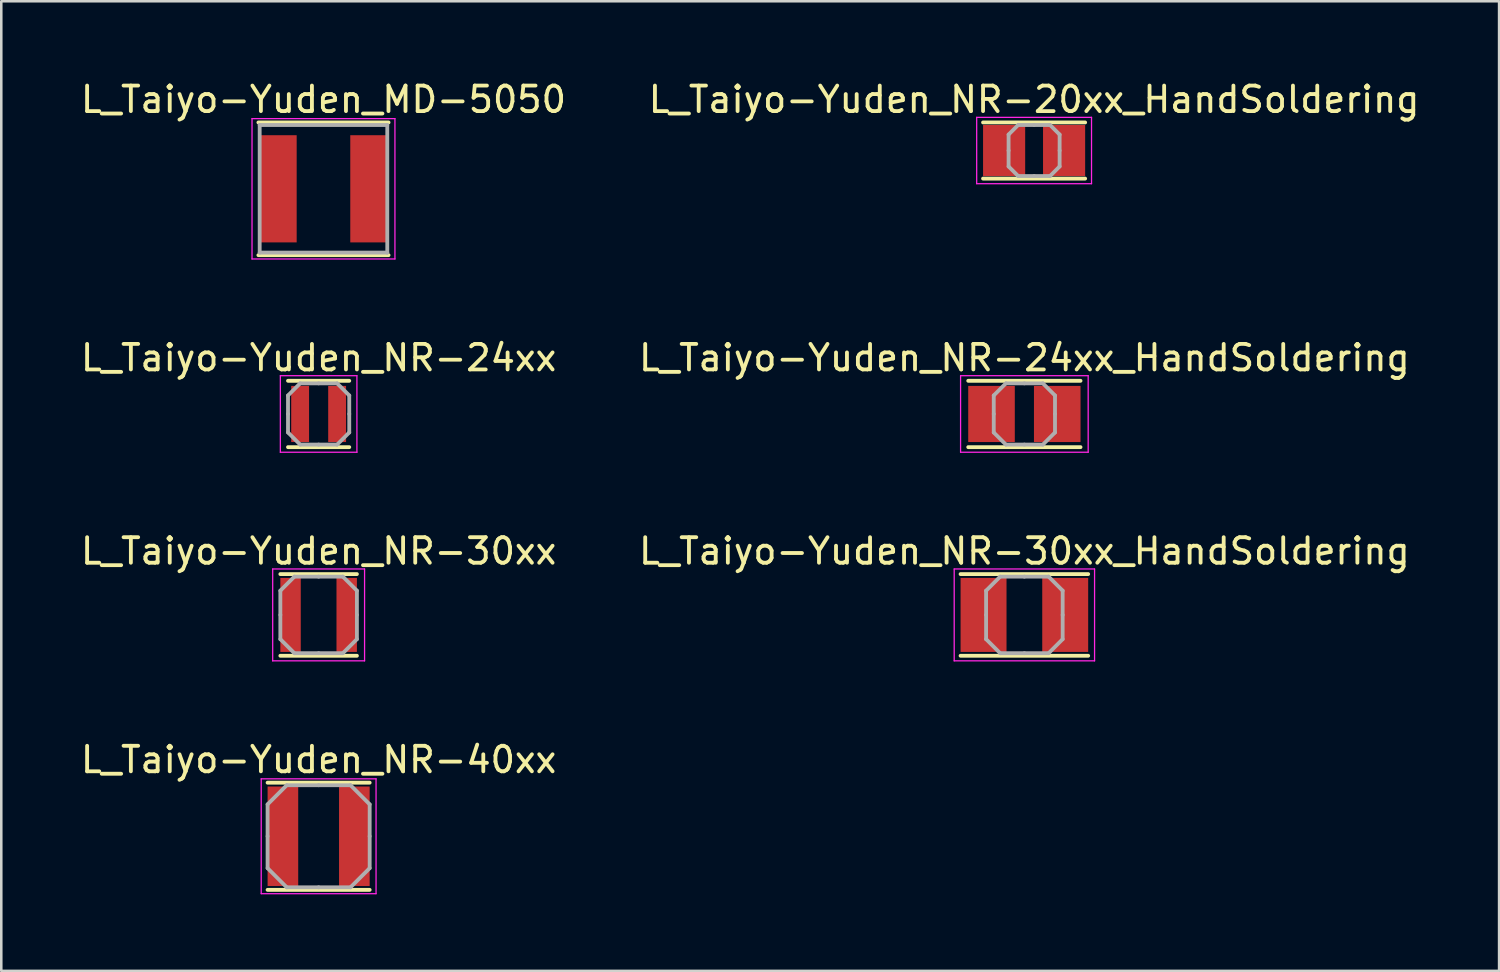
<source format=kicad_pcb>
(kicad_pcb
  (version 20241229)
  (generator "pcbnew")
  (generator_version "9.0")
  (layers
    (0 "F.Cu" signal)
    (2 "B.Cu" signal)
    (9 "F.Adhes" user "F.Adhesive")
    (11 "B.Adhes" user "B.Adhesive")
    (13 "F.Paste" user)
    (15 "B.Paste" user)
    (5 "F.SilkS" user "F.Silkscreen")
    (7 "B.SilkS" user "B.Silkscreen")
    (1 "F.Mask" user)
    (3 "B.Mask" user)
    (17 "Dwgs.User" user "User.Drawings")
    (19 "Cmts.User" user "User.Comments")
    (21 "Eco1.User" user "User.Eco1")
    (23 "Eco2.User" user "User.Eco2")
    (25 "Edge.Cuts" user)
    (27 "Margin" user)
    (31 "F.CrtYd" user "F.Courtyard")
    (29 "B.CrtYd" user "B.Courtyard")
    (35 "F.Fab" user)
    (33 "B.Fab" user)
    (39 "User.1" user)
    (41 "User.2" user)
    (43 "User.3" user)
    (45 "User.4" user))
  (footprint "L_Taiyo-Yuden_NR-24xx"
    (layer "F.Cu")
    (at 9.435 13.171)
    (property "Reference" "L_Taiyo-Yuden_NR-24xx" (at 0 -2.2 0) (layer "F.SilkS") (effects (font (size 1 1) (thickness 0.15))))
    (attr smd)
    (fp_line (start -1.2 -1.3) (end 1.2 -1.3) (stroke (width 0.15) (type solid)) (layer "F.SilkS"))
    (fp_line (start -1.2 1.3) (end 1.2 1.3) (stroke (width 0.15) (type solid)) (layer "F.SilkS"))
    (fp_line (start -1.5 -1.5) (end -1.5 1.5) (stroke (width 0.05) (type solid)) (layer "F.CrtYd"))
    (fp_line (start -1.5 1.5) (end 1.5 1.5) (stroke (width 0.05) (type solid)) (layer "F.CrtYd"))
    (fp_line (start 1.5 -1.5) (end -1.5 -1.5) (stroke (width 0.05) (type solid)) (layer "F.CrtYd"))
    (fp_line (start 1.5 1.5) (end 1.5 -1.5) (stroke (width 0.05) (type solid)) (layer "F.CrtYd"))
    (fp_line (start -1.2 -0.725) (end -0.725 -1.2) (stroke (width 0.15) (type solid)) (layer "F.Fab"))
    (fp_line (start -1.2 0) (end -1.2 -0.725) (stroke (width 0.15) (type solid)) (layer "F.Fab"))
    (fp_line (start -1.2 0) (end -1.2 0.725) (stroke (width 0.15) (type solid)) (layer "F.Fab"))
    (fp_line (start -1.2 0.725) (end -0.725 1.2) (stroke (width 0.15) (type solid)) (layer "F.Fab"))
    (fp_line (start -0.725 -1.2) (end 0 -1.2) (stroke (width 0.15) (type solid)) (layer "F.Fab"))
    (fp_line (start -0.725 1.2) (end 0 1.2) (stroke (width 0.15) (type solid)) (layer "F.Fab"))
    (fp_line (start 0.725 -1.2) (end 0 -1.2) (stroke (width 0.15) (type solid)) (layer "F.Fab"))
    (fp_line (start 0.725 1.2) (end 0 1.2) (stroke (width 0.15) (type solid)) (layer "F.Fab"))
    (fp_line (start 1.2 -0.725) (end 0.725 -1.2) (stroke (width 0.15) (type solid)) (layer "F.Fab"))
    (fp_line (start 1.2 0) (end 1.2 -0.725) (stroke (width 0.15) (type solid)) (layer "F.Fab"))
    (fp_line (start 1.2 0) (end 1.2 0.725) (stroke (width 0.15) (type solid)) (layer "F.Fab"))
    (fp_line (start 1.2 0.725) (end 0.725 1.2) (stroke (width 0.15) (type solid)) (layer "F.Fab"))
    (pad "1" smd rect (at -0.725 0) (size 0.7 2.2) (layers "F.Cu" "F.Mask" "F.Paste"))
    (pad "2" smd rect (at 0.725 0) (size 0.7 2.2) (layers "F.Cu" "F.Mask" "F.Paste")))
  (footprint "L_Taiyo-Yuden_NR-24xx_HandSoldering"
    (layer "F.Cu")
    (at 37.089 13.171)
    (property "Reference" "L_Taiyo-Yuden_NR-24xx_HandSoldering" (at 0 -2.2 0) (layer "F.SilkS") (effects (font (size 1 1) (thickness 0.15))))
    (attr smd)
    (fp_line (start -2.2 -1.3) (end 2.2 -1.3) (stroke (width 0.15) (type solid)) (layer "F.SilkS"))
    (fp_line (start -2.2 1.3) (end 2.2 1.3) (stroke (width 0.15) (type solid)) (layer "F.SilkS"))
    (fp_line (start -2.5 -1.5) (end -2.5 1.5) (stroke (width 0.05) (type solid)) (layer "F.CrtYd"))
    (fp_line (start -2.5 1.5) (end 2.5 1.5) (stroke (width 0.05) (type solid)) (layer "F.CrtYd"))
    (fp_line (start 2.5 -1.5) (end -2.5 -1.5) (stroke (width 0.05) (type solid)) (layer "F.CrtYd"))
    (fp_line (start 2.5 1.5) (end 2.5 -1.5) (stroke (width 0.05) (type solid)) (layer "F.CrtYd"))
    (fp_line (start -1.2 -0.725) (end -0.725 -1.2) (stroke (width 0.15) (type solid)) (layer "F.Fab"))
    (fp_line (start -1.2 0) (end -1.2 -0.725) (stroke (width 0.15) (type solid)) (layer "F.Fab"))
    (fp_line (start -1.2 0) (end -1.2 0.725) (stroke (width 0.15) (type solid)) (layer "F.Fab"))
    (fp_line (start -1.2 0.725) (end -0.725 1.2) (stroke (width 0.15) (type solid)) (layer "F.Fab"))
    (fp_line (start -0.725 -1.2) (end 0 -1.2) (stroke (width 0.15) (type solid)) (layer "F.Fab"))
    (fp_line (start -0.725 1.2) (end 0 1.2) (stroke (width 0.15) (type solid)) (layer "F.Fab"))
    (fp_line (start 0.725 -1.2) (end 0 -1.2) (stroke (width 0.15) (type solid)) (layer "F.Fab"))
    (fp_line (start 0.725 1.2) (end 0 1.2) (stroke (width 0.15) (type solid)) (layer "F.Fab"))
    (fp_line (start 1.2 -0.725) (end 0.725 -1.2) (stroke (width 0.15) (type solid)) (layer "F.Fab"))
    (fp_line (start 1.2 0) (end 1.2 -0.725) (stroke (width 0.15) (type solid)) (layer "F.Fab"))
    (fp_line (start 1.2 0) (end 1.2 0.725) (stroke (width 0.15) (type solid)) (layer "F.Fab"))
    (fp_line (start 1.2 0.725) (end 0.725 1.2) (stroke (width 0.15) (type solid)) (layer "F.Fab"))
    (pad "1" smd rect (at -1.288 0) (size 1.825 2.2) (layers "F.Cu" "F.Mask" "F.Paste"))
    (pad "2" smd rect (at 1.288 0) (size 1.825 2.2) (layers "F.Cu" "F.Mask" "F.Paste")))
  (footprint "L_Taiyo-Yuden_MD-5050"
    (layer "F.Cu")
    (at 9.625 4.348)
    (property "Reference" "L_Taiyo-Yuden_MD-5050" (at 0 -3.5 0) (layer "F.SilkS") (effects (font (size 1 1) (thickness 0.15))))
    (attr smd)
    (fp_line (start -2.55 -2.6) (end 2.55 -2.6) (stroke (width 0.15) (type solid)) (layer "F.SilkS"))
    (fp_line (start -2.55 2.6) (end 2.55 2.6) (stroke (width 0.15) (type solid)) (layer "F.SilkS"))
    (fp_line (start -2.8 -2.75) (end -2.8 2.75) (stroke (width 0.05) (type solid)) (layer "F.CrtYd"))
    (fp_line (start -2.8 2.75) (end 2.8 2.75) (stroke (width 0.05) (type solid)) (layer "F.CrtYd"))
    (fp_line (start 2.8 -2.75) (end -2.8 -2.75) (stroke (width 0.05) (type solid)) (layer "F.CrtYd"))
    (fp_line (start 2.8 2.75) (end 2.8 -2.75) (stroke (width 0.05) (type solid)) (layer "F.CrtYd"))
    (fp_line (start -2.5 -2.5) (end -2.5 2.5) (stroke (width 0.15) (type solid)) (layer "F.Fab"))
    (fp_line (start -2.5 2.5) (end 2.5 2.5) (stroke (width 0.15) (type solid)) (layer "F.Fab"))
    (fp_line (start 2.5 -2.5) (end -2.5 -2.5) (stroke (width 0.15) (type solid)) (layer "F.Fab"))
    (fp_line (start 2.5 2.5) (end 2.5 -2.5) (stroke (width 0.15) (type solid)) (layer "F.Fab"))
    (pad "1" smd rect (at -1.8 0) (size 1.5 4.2) (layers "F.Cu" "F.Mask" "F.Paste"))
    (pad "2" smd rect (at 1.8 0) (size 1.5 4.2) (layers "F.Cu" "F.Mask" "F.Paste")))
  (footprint "L_Taiyo-Yuden_NR-30xx_HandSoldering"
    (layer "F.Cu")
    (at 37.089 21.045)
    (property "Reference" "L_Taiyo-Yuden_NR-30xx_HandSoldering" (at 0 -2.5 0) (layer "F.SilkS") (effects (font (size 1 1) (thickness 0.15))))
    (attr smd)
    (fp_line (start -2.5 -1.6) (end 2.5 -1.6) (stroke (width 0.15) (type solid)) (layer "F.SilkS"))
    (fp_line (start -2.5 1.6) (end 2.5 1.6) (stroke (width 0.15) (type solid)) (layer "F.SilkS"))
    (fp_line (start -2.75 -1.8) (end -2.75 1.8) (stroke (width 0.05) (type solid)) (layer "F.CrtYd"))
    (fp_line (start -2.75 1.8) (end 2.75 1.8) (stroke (width 0.05) (type solid)) (layer "F.CrtYd"))
    (fp_line (start 2.75 -1.8) (end -2.75 -1.8) (stroke (width 0.05) (type solid)) (layer "F.CrtYd"))
    (fp_line (start 2.75 1.8) (end 2.75 -1.8) (stroke (width 0.05) (type solid)) (layer "F.CrtYd"))
    (fp_line (start -1.5 -0.95) (end -0.95 -1.5) (stroke (width 0.15) (type solid)) (layer "F.Fab"))
    (fp_line (start -1.5 0) (end -1.5 -0.95) (stroke (width 0.15) (type solid)) (layer "F.Fab"))
    (fp_line (start -1.5 0) (end -1.5 0.95) (stroke (width 0.15) (type solid)) (layer "F.Fab"))
    (fp_line (start -1.5 0.95) (end -0.95 1.5) (stroke (width 0.15) (type solid)) (layer "F.Fab"))
    (fp_line (start -0.95 -1.5) (end 0 -1.5) (stroke (width 0.15) (type solid)) (layer "F.Fab"))
    (fp_line (start -0.95 1.5) (end 0 1.5) (stroke (width 0.15) (type solid)) (layer "F.Fab"))
    (fp_line (start 0.95 -1.5) (end 0 -1.5) (stroke (width 0.15) (type solid)) (layer "F.Fab"))
    (fp_line (start 0.95 1.5) (end 0 1.5) (stroke (width 0.15) (type solid)) (layer "F.Fab"))
    (fp_line (start 1.5 -0.95) (end 0.95 -1.5) (stroke (width 0.15) (type solid)) (layer "F.Fab"))
    (fp_line (start 1.5 0) (end 1.5 -0.95) (stroke (width 0.15) (type solid)) (layer "F.Fab"))
    (fp_line (start 1.5 0) (end 1.5 0.95) (stroke (width 0.15) (type solid)) (layer "F.Fab"))
    (fp_line (start 1.5 0.95) (end 0.95 1.5) (stroke (width 0.15) (type solid)) (layer "F.Fab"))
    (pad "1" smd rect (at -1.6 0) (size 1.8 2.9) (layers "F.Cu" "F.Mask" "F.Paste"))
    (pad "2" smd rect (at 1.6 0) (size 1.8 2.9) (layers "F.Cu" "F.Mask" "F.Paste")))
  (footprint "L_Taiyo-Yuden_NR-30xx"
    (layer "F.Cu")
    (at 9.435 21.045)
    (property "Reference" "L_Taiyo-Yuden_NR-30xx" (at 0 -2.5 0) (layer "F.SilkS") (effects (font (size 1 1) (thickness 0.15))))
    (attr smd)
    (fp_line (start -1.5 -1.6) (end 1.5 -1.6) (stroke (width 0.15) (type solid)) (layer "F.SilkS"))
    (fp_line (start -1.5 1.6) (end 1.5 1.6) (stroke (width 0.15) (type solid)) (layer "F.SilkS"))
    (fp_line (start -1.8 -1.8) (end -1.8 1.8) (stroke (width 0.05) (type solid)) (layer "F.CrtYd"))
    (fp_line (start -1.8 1.8) (end 1.8 1.8) (stroke (width 0.05) (type solid)) (layer "F.CrtYd"))
    (fp_line (start 1.8 -1.8) (end -1.8 -1.8) (stroke (width 0.05) (type solid)) (layer "F.CrtYd"))
    (fp_line (start 1.8 1.8) (end 1.8 -1.8) (stroke (width 0.05) (type solid)) (layer "F.CrtYd"))
    (fp_line (start -1.5 -0.95) (end -0.95 -1.5) (stroke (width 0.15) (type solid)) (layer "F.Fab"))
    (fp_line (start -1.5 0) (end -1.5 -0.95) (stroke (width 0.15) (type solid)) (layer "F.Fab"))
    (fp_line (start -1.5 0) (end -1.5 0.95) (stroke (width 0.15) (type solid)) (layer "F.Fab"))
    (fp_line (start -1.5 0.95) (end -0.95 1.5) (stroke (width 0.15) (type solid)) (layer "F.Fab"))
    (fp_line (start -0.95 -1.5) (end 0 -1.5) (stroke (width 0.15) (type solid)) (layer "F.Fab"))
    (fp_line (start -0.95 1.5) (end 0 1.5) (stroke (width 0.15) (type solid)) (layer "F.Fab"))
    (fp_line (start 0.95 -1.5) (end 0 -1.5) (stroke (width 0.15) (type solid)) (layer "F.Fab"))
    (fp_line (start 0.95 1.5) (end 0 1.5) (stroke (width 0.15) (type solid)) (layer "F.Fab"))
    (fp_line (start 1.5 -0.95) (end 0.95 -1.5) (stroke (width 0.15) (type solid)) (layer "F.Fab"))
    (fp_line (start 1.5 0) (end 1.5 -0.95) (stroke (width 0.15) (type solid)) (layer "F.Fab"))
    (fp_line (start 1.5 0) (end 1.5 0.95) (stroke (width 0.15) (type solid)) (layer "F.Fab"))
    (fp_line (start 1.5 0.95) (end 0.95 1.5) (stroke (width 0.15) (type solid)) (layer "F.Fab"))
    (pad "1" smd rect (at -1.1 0) (size 0.8 2.9) (layers "F.Cu" "F.Mask" "F.Paste"))
    (pad "2" smd rect (at 1.1 0) (size 0.8 2.9) (layers "F.Cu" "F.Mask" "F.Paste")))
  (footprint "L_Taiyo-Yuden_NR-40xx"
    (layer "F.Cu")
    (at 9.435 29.718)
    (property "Reference" "L_Taiyo-Yuden_NR-40xx" (at 0 -3 0) (layer "F.SilkS") (effects (font (size 1 1) (thickness 0.15))))
    (attr smd)
    (fp_line (start -2 -2.1) (end 2 -2.1) (stroke (width 0.15) (type solid)) (layer "F.SilkS"))
    (fp_line (start -2 2.1) (end 2 2.1) (stroke (width 0.15) (type solid)) (layer "F.SilkS"))
    (fp_line (start -2.25 -2.25) (end -2.25 2.25) (stroke (width 0.05) (type solid)) (layer "F.CrtYd"))
    (fp_line (start -2.25 2.25) (end 2.25 2.25) (stroke (width 0.05) (type solid)) (layer "F.CrtYd"))
    (fp_line (start 2.25 -2.25) (end -2.25 -2.25) (stroke (width 0.05) (type solid)) (layer "F.CrtYd"))
    (fp_line (start 2.25 2.25) (end 2.25 -2.25) (stroke (width 0.05) (type solid)) (layer "F.CrtYd"))
    (fp_line (start -2 -1.25) (end -1.25 -2) (stroke (width 0.15) (type solid)) (layer "F.Fab"))
    (fp_line (start -2 0) (end -2 -1.25) (stroke (width 0.15) (type solid)) (layer "F.Fab"))
    (fp_line (start -2 0) (end -2 1.25) (stroke (width 0.15) (type solid)) (layer "F.Fab"))
    (fp_line (start -2 1.25) (end -1.25 2) (stroke (width 0.15) (type solid)) (layer "F.Fab"))
    (fp_line (start -1.25 -2) (end 0 -2) (stroke (width 0.15) (type solid)) (layer "F.Fab"))
    (fp_line (start -1.25 2) (end 0 2) (stroke (width 0.15) (type solid)) (layer "F.Fab"))
    (fp_line (start 1.25 -2) (end 0 -2) (stroke (width 0.15) (type solid)) (layer "F.Fab"))
    (fp_line (start 1.25 2) (end 0 2) (stroke (width 0.15) (type solid)) (layer "F.Fab"))
    (fp_line (start 2 -1.25) (end 1.25 -2) (stroke (width 0.15) (type solid)) (layer "F.Fab"))
    (fp_line (start 2 0) (end 2 -1.25) (stroke (width 0.15) (type solid)) (layer "F.Fab"))
    (fp_line (start 2 0) (end 2 1.25) (stroke (width 0.15) (type solid)) (layer "F.Fab"))
    (fp_line (start 2 1.25) (end 1.25 2) (stroke (width 0.15) (type solid)) (layer "F.Fab"))
    (pad "1" smd rect (at -1.4 0) (size 1.2 3.9) (layers "F.Cu" "F.Mask" "F.Paste"))
    (pad "2" smd rect (at 1.4 0) (size 1.2 3.9) (layers "F.Cu" "F.Mask" "F.Paste")))
  (footprint "L_Taiyo-Yuden_NR-20xx_HandSoldering"
    (layer "F.Cu")
    (at 37.47 2.848)
    (property "Reference" "L_Taiyo-Yuden_NR-20xx_HandSoldering" (at 0 -2 0) (layer "F.SilkS") (effects (font (size 1 1) (thickness 0.15))))
    (attr smd)
    (fp_line (start -2 -1.1) (end 2 -1.1) (stroke (width 0.15) (type solid)) (layer "F.SilkS"))
    (fp_line (start -2 1.1) (end 2 1.1) (stroke (width 0.15) (type solid)) (layer "F.SilkS"))
    (fp_line (start -2.25 -1.3) (end -2.25 1.3) (stroke (width 0.05) (type solid)) (layer "F.CrtYd"))
    (fp_line (start -2.25 1.3) (end 2.25 1.3) (stroke (width 0.05) (type solid)) (layer "F.CrtYd"))
    (fp_line (start 2.25 -1.3) (end -2.25 -1.3) (stroke (width 0.05) (type solid)) (layer "F.CrtYd"))
    (fp_line (start 2.25 1.3) (end 2.25 -1.3) (stroke (width 0.05) (type solid)) (layer "F.CrtYd"))
    (fp_line (start -1 -0.625) (end -0.625 -1) (stroke (width 0.15) (type solid)) (layer "F.Fab"))
    (fp_line (start -1 0) (end -1 -0.625) (stroke (width 0.15) (type solid)) (layer "F.Fab"))
    (fp_line (start -1 0) (end -1 0.625) (stroke (width 0.15) (type solid)) (layer "F.Fab"))
    (fp_line (start -1 0.625) (end -0.625 1) (stroke (width 0.15) (type solid)) (layer "F.Fab"))
    (fp_line (start -0.625 -1) (end 0 -1) (stroke (width 0.15) (type solid)) (layer "F.Fab"))
    (fp_line (start -0.625 1) (end 0 1) (stroke (width 0.15) (type solid)) (layer "F.Fab"))
    (fp_line (start 0.625 -1) (end 0 -1) (stroke (width 0.15) (type solid)) (layer "F.Fab"))
    (fp_line (start 0.625 1) (end 0 1) (stroke (width 0.15) (type solid)) (layer "F.Fab"))
    (fp_line (start 1 -0.625) (end 0.625 -1) (stroke (width 0.15) (type solid)) (layer "F.Fab"))
    (fp_line (start 1 0) (end 1 -0.625) (stroke (width 0.15) (type solid)) (layer "F.Fab"))
    (fp_line (start 1 0) (end 1 0.625) (stroke (width 0.15) (type solid)) (layer "F.Fab"))
    (fp_line (start 1 0.625) (end 0.625 1) (stroke (width 0.15) (type solid)) (layer "F.Fab"))
    (pad "1" smd rect (at -1.175 0) (size 1.65 2) (layers "F.Cu" "F.Mask" "F.Paste"))
    (pad "2" smd rect (at 1.175 0) (size 1.65 2) (layers "F.Cu" "F.Mask" "F.Paste")))
  (gr_rect
    (start -3 -3)
    (end 55.69 34.993)
    (stroke (width 0.1) (type default))
    (fill no)
    (layer "Edge.Cuts")))
</source>
